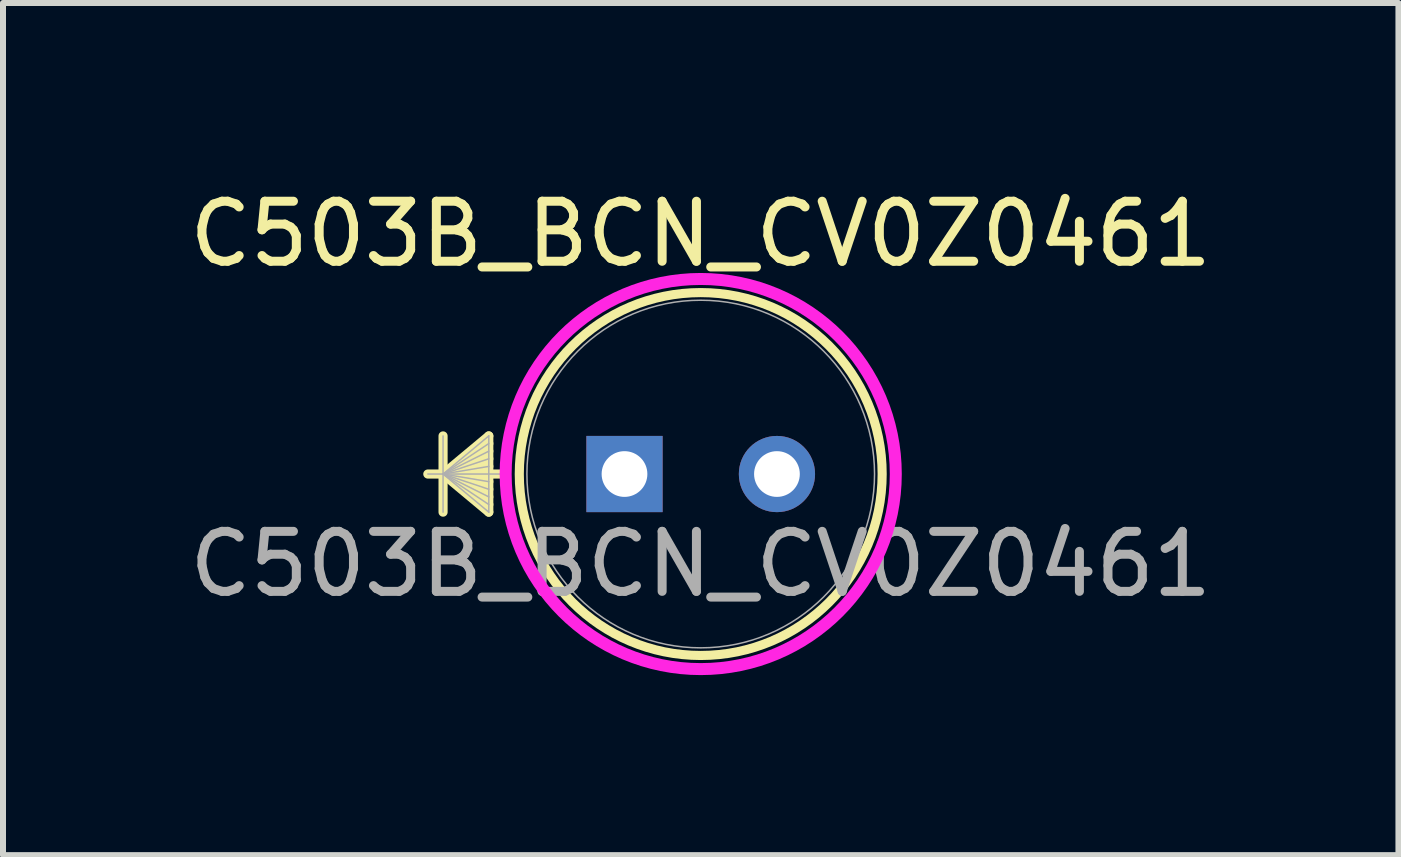
<source format=kicad_pcb>
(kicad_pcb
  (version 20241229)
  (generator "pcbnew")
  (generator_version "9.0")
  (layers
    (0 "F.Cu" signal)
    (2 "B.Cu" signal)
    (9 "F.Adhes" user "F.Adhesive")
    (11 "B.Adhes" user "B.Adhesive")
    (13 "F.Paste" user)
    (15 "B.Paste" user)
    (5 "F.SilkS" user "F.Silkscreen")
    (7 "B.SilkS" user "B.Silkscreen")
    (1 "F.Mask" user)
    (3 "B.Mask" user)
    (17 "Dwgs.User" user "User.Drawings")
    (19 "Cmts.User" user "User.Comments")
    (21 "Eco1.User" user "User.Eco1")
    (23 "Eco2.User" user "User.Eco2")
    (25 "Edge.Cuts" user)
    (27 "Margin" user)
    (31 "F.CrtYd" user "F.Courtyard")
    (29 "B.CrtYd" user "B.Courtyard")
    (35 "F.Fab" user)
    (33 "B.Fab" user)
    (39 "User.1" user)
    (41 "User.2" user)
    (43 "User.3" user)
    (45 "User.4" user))
  (footprint "C503B_BCN_CV0Z0461"
    (layer "F.Cu")
    (at 8.625 4.848)
    (property "Reference" "C503B_BCN_CV0Z0461" (at 0 -4 0) (unlocked yes) (layer "F.SilkS") (effects (font (size 1 1) (thickness 0.15))))
    (attr through_hole)
    (fp_line (start -4.293 -0.635) (end -4.293 0.635) (stroke (width 0.152) (type solid)) (layer "F.SilkS"))
    (fp_line (start -4.293 0) (end -3.531 -0.635) (stroke (width 0.152) (type solid)) (layer "F.SilkS"))
    (fp_line (start -4.293 0) (end -3.531 -0.508) (stroke (width 0.152) (type solid)) (layer "F.SilkS"))
    (fp_line (start -4.293 0) (end -3.531 -0.381) (stroke (width 0.152) (type solid)) (layer "F.SilkS"))
    (fp_line (start -4.293 0) (end -3.531 -0.254) (stroke (width 0.152) (type solid)) (layer "F.SilkS"))
    (fp_line (start -4.293 0) (end -3.531 -0.127) (stroke (width 0.152) (type solid)) (layer "F.SilkS"))
    (fp_line (start -4.293 0) (end -3.531 0.127) (stroke (width 0.152) (type solid)) (layer "F.SilkS"))
    (fp_line (start -4.293 0) (end -3.531 0.254) (stroke (width 0.152) (type solid)) (layer "F.SilkS"))
    (fp_line (start -4.293 0) (end -3.531 0.381) (stroke (width 0.152) (type solid)) (layer "F.SilkS"))
    (fp_line (start -4.293 0) (end -3.531 0.508) (stroke (width 0.152) (type solid)) (layer "F.SilkS"))
    (fp_line (start -4.293 0) (end -3.531 0.635) (stroke (width 0.152) (type solid)) (layer "F.SilkS"))
    (fp_line (start -3.531 -0.635) (end -3.531 0.635) (stroke (width 0.152) (type solid)) (layer "F.SilkS"))
    (fp_line (start -3.277 0) (end -4.547 0) (stroke (width 0.152) (type solid)) (layer "F.SilkS"))
    (fp_circle (center 0 0) (end 3.023 0) (stroke (width 0.152) (type solid)) (fill no) (layer "F.SilkS"))
    (fp_circle (center 0 0) (end 3.25 0) (stroke (width 0.2) (type default)) (fill no) (layer "F.CrtYd"))
    (fp_line (start -4.293 -0.635) (end -4.293 0.635) (stroke (width 0.025) (type solid)) (layer "F.Fab"))
    (fp_line (start -4.293 0) (end -3.531 -0.635) (stroke (width 0.025) (type solid)) (layer "F.Fab"))
    (fp_line (start -4.293 0) (end -3.531 -0.508) (stroke (width 0.025) (type solid)) (layer "F.Fab"))
    (fp_line (start -4.293 0) (end -3.531 -0.381) (stroke (width 0.025) (type solid)) (layer "F.Fab"))
    (fp_line (start -4.293 0) (end -3.531 -0.254) (stroke (width 0.025) (type solid)) (layer "F.Fab"))
    (fp_line (start -4.293 0) (end -3.531 -0.127) (stroke (width 0.025) (type solid)) (layer "F.Fab"))
    (fp_line (start -4.293 0) (end -3.531 0.127) (stroke (width 0.025) (type solid)) (layer "F.Fab"))
    (fp_line (start -4.293 0) (end -3.531 0.254) (stroke (width 0.025) (type solid)) (layer "F.Fab"))
    (fp_line (start -4.293 0) (end -3.531 0.381) (stroke (width 0.025) (type solid)) (layer "F.Fab"))
    (fp_line (start -4.293 0) (end -3.531 0.508) (stroke (width 0.025) (type solid)) (layer "F.Fab"))
    (fp_line (start -4.293 0) (end -3.531 0.635) (stroke (width 0.025) (type solid)) (layer "F.Fab"))
    (fp_line (start -3.531 -0.635) (end -3.531 0.635) (stroke (width 0.025) (type solid)) (layer "F.Fab"))
    (fp_line (start -3.277 0) (end -4.547 0) (stroke (width 0.025) (type solid)) (layer "F.Fab"))
    (fp_circle (center 0 0) (end 2.896 0) (stroke (width 0.025) (type solid)) (fill no) (layer "F.Fab"))
    (fp_text user "${REFERENCE}" (at 0 1.5 0) (unlocked yes) (layer "F.Fab") (effects (font (size 1 1) (thickness 0.15))))
    (pad "1" thru_hole rect (at -1.27 0) (size 1.27 1.27) (drill 0.762) (layers "*.Cu" "*.Mask"))
    (pad "2" thru_hole circle (at 1.27 0) (size 1.27 1.27) (drill 0.762) (layers "*.Cu" "*.Mask")))
  (gr_rect
    (start -3 -3)
    (end 20.25 11.198)
    (stroke (width 0.1) (type default))
    (fill no)
    (layer "Edge.Cuts")))
</source>
